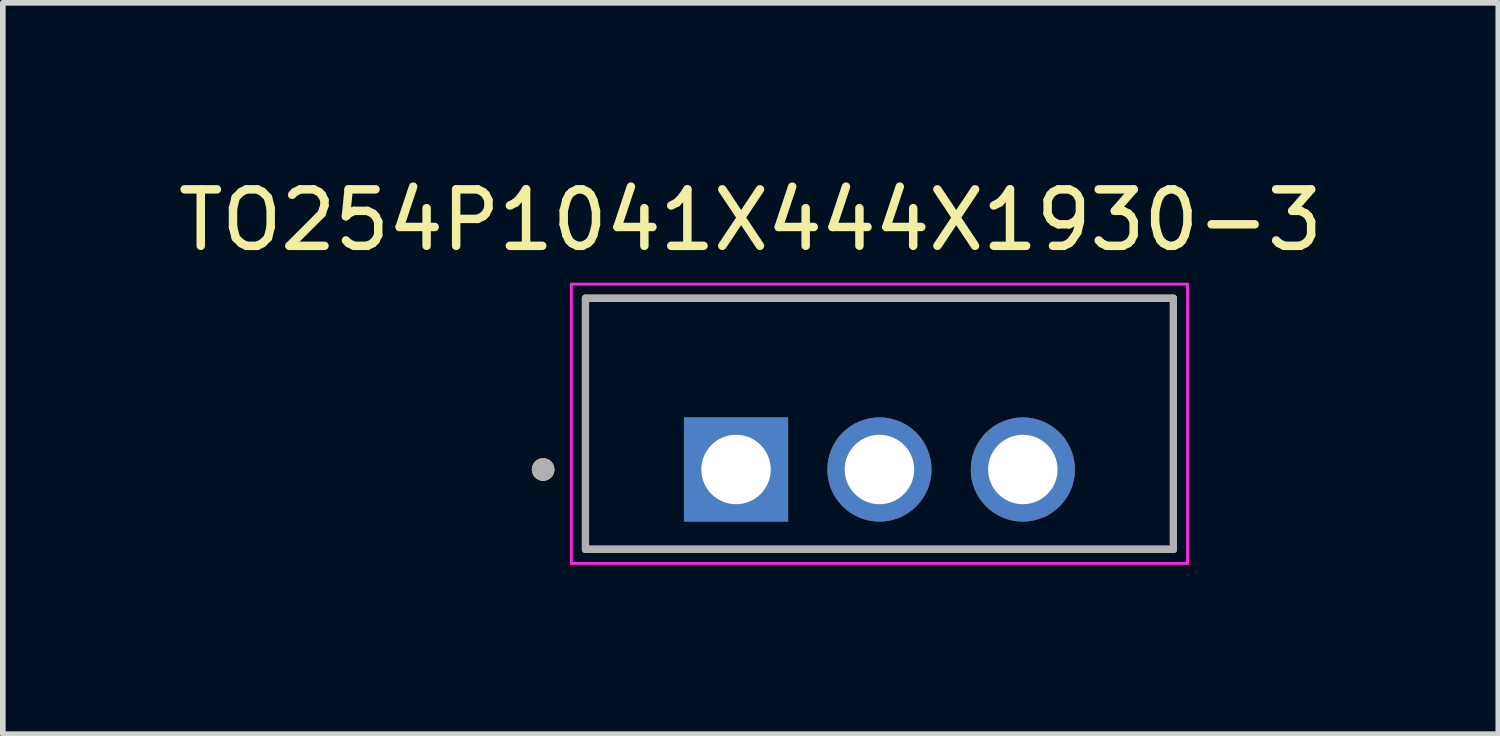
<source format=kicad_pcb>
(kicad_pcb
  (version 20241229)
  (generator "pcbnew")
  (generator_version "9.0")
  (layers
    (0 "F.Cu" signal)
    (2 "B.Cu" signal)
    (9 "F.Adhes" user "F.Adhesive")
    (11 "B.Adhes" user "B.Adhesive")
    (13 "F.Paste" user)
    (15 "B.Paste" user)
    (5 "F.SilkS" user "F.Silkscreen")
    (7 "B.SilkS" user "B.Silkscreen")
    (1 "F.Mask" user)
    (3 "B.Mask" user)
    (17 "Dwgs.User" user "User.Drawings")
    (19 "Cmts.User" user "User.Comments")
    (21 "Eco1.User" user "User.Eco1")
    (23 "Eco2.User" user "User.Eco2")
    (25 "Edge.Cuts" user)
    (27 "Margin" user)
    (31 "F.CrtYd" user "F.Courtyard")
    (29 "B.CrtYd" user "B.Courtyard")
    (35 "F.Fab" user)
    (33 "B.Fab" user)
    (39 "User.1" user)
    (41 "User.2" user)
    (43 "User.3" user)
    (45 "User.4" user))
  (footprint "TO254P1041X444X1930-3"
    (layer "F.Cu")
    (at 12.527 4.456)
    (property "Reference" "TO254P1041X444X1930-3" (at -2.283 -3.607 0) (layer "F.SilkS") (effects (font (size 1 1) (thickness 0.15))))
    (attr through_hole)
    (fp_line (start -5.207 -2.223) (end 5.207 -2.223) (stroke (width 0.127) (type solid)) (layer "F.SilkS"))
    (fp_line (start -5.207 2.223) (end -5.207 -2.223) (stroke (width 0.127) (type solid)) (layer "F.SilkS"))
    (fp_line (start 5.207 -2.223) (end 5.207 2.223) (stroke (width 0.127) (type solid)) (layer "F.SilkS"))
    (fp_line (start 5.207 2.223) (end -5.207 2.223) (stroke (width 0.127) (type solid)) (layer "F.SilkS"))
    (fp_circle (center -5.957 0.81) (end -5.857 0.81) (stroke (width 0.2) (type solid)) (fill no) (layer "F.SilkS"))
    (fp_line (start -5.457 -2.473) (end -5.457 2.473) (stroke (width 0.05) (type solid)) (layer "F.CrtYd"))
    (fp_line (start -5.457 2.473) (end 5.457 2.473) (stroke (width 0.05) (type solid)) (layer "F.CrtYd"))
    (fp_line (start 5.457 -2.473) (end -5.457 -2.473) (stroke (width 0.05) (type solid)) (layer "F.CrtYd"))
    (fp_line (start 5.457 2.473) (end 5.457 -2.473) (stroke (width 0.05) (type solid)) (layer "F.CrtYd"))
    (fp_line (start -5.207 -2.223) (end 5.207 -2.223) (stroke (width 0.127) (type solid)) (layer "F.Fab"))
    (fp_line (start -5.207 2.223) (end -5.207 -2.223) (stroke (width 0.127) (type solid)) (layer "F.Fab"))
    (fp_line (start 5.207 -2.223) (end 5.207 2.223) (stroke (width 0.127) (type solid)) (layer "F.Fab"))
    (fp_line (start 5.207 2.223) (end -5.207 2.223) (stroke (width 0.127) (type solid)) (layer "F.Fab"))
    (fp_circle (center -5.957 0.81) (end -5.857 0.81) (stroke (width 0.2) (type solid)) (fill no) (layer "F.Fab"))
    (pad "1" thru_hole rect (at -2.54 0.81) (size 1.845 1.845) (drill 1.23) (layers "*.Cu" "*.Mask"))
    (pad "2" thru_hole circle (at 0 0.81) (size 1.845 1.845) (drill 1.23) (layers "*.Cu" "*.Mask"))
    (pad "3" thru_hole circle (at 2.54 0.81) (size 1.845 1.845) (drill 1.23) (layers "*.Cu" "*.Mask")))
  (gr_rect
    (start -3 -3)
    (end 23.488 9.953)
    (stroke (width 0.1) (type default))
    (fill no)
    (layer "Edge.Cuts")))
</source>
